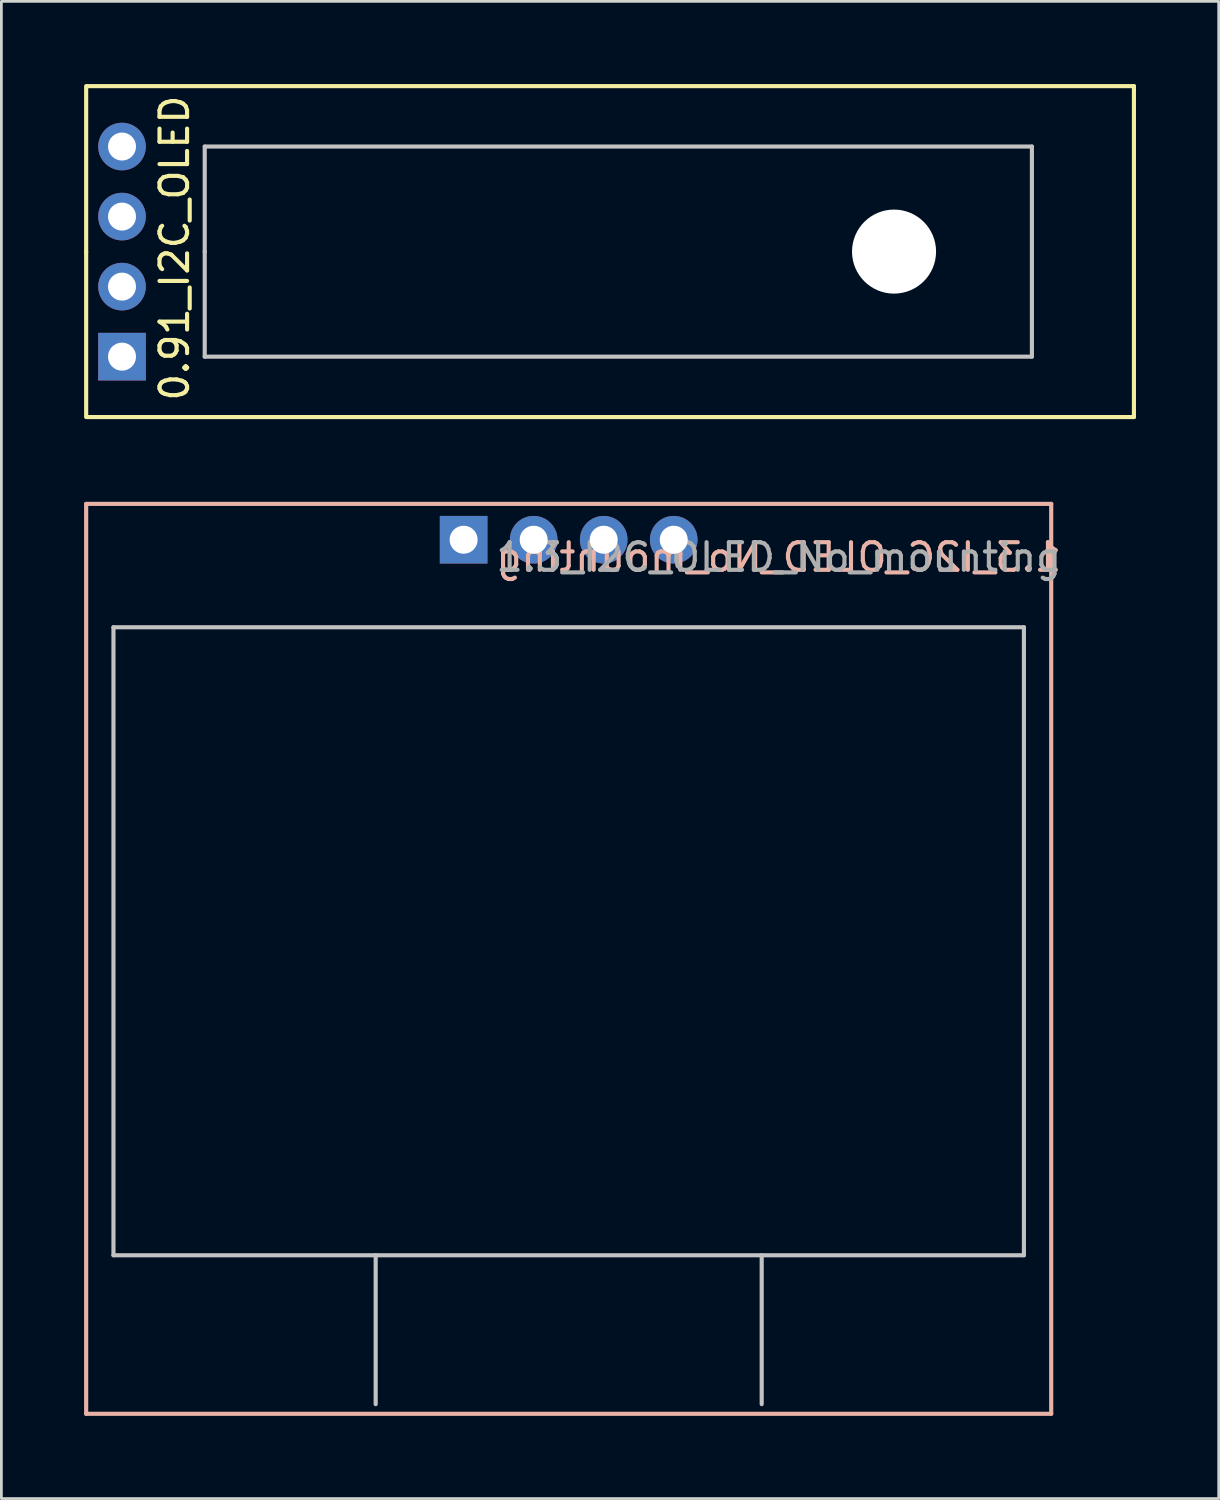
<source format=kicad_pcb>
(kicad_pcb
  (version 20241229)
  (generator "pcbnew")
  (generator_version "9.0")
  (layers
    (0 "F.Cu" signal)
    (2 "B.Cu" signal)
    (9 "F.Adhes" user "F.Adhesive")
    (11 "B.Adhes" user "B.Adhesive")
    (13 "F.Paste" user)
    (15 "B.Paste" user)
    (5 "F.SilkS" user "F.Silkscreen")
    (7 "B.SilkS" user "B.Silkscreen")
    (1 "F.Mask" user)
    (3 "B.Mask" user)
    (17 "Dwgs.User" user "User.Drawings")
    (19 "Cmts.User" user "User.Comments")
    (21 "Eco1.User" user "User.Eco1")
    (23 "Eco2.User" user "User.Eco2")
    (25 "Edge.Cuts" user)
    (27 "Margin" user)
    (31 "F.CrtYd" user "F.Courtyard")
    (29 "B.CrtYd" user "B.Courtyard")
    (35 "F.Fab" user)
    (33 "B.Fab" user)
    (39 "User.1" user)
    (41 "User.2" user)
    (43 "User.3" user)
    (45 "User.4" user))
  (footprint "0.91_I2C_OLED"
    (layer "F.Cu")
    (at 1.375 6.075)
    (property "Reference" "0.91_I2C_OLED" (at 1.905 -0.127 90) (layer "F.SilkS") (effects (font (size 1 1) (thickness 0.15))))
    (attr through_hole)
    (fp_line (start -1.3 0) (end -1.3 -6) (stroke (width 0.15) (type solid)) (layer "F.SilkS"))
    (fp_line (start -1.3 0) (end -1.3 6) (stroke (width 0.15) (type solid)) (layer "F.SilkS"))
    (fp_line (start -1.27 6) (end 36.7 6) (stroke (width 0.15) (type solid)) (layer "F.SilkS"))
    (fp_line (start 36.7 -6) (end -1.27 -6) (stroke (width 0.15) (type solid)) (layer "F.SilkS"))
    (fp_line (start 36.7 6) (end 36.7 -6) (stroke (width 0.15) (type solid)) (layer "F.SilkS"))
    (fp_line (start 3 0) (end 3 -3.81) (stroke (width 0.15) (type solid)) (layer "Dwgs.User"))
    (fp_line (start 3 0) (end 3 3.81) (stroke (width 0.15) (type solid)) (layer "Dwgs.User"))
    (fp_line (start 3 3.81) (end 33 3.81) (stroke (width 0.15) (type solid)) (layer "Dwgs.User"))
    (fp_line (start 33 -3.81) (end 3 -3.81) (stroke (width 0.15) (type solid)) (layer "Dwgs.User"))
    (fp_line (start 33 3.81) (end 33 -3.81) (stroke (width 0.15) (type solid)) (layer "Dwgs.User"))
    (pad "" np_thru_hole circle (at 28 0) (size 3.048 3.048) (drill 3.048) (layers "*.Cu" "*.Mask"))
    (pad "1" thru_hole rect (at 0 3.81) (size 1.727 1.727) (drill 1.016) (layers "*.Cu" "*.Mask"))
    (pad "2" thru_hole circle (at 0 1.27) (size 1.727 1.727) (drill 1.016) (layers "*.Cu" "*.Mask"))
    (pad "3" thru_hole circle (at 0 -1.27) (size 1.727 1.727) (drill 1.016) (layers "*.Cu" "*.Mask"))
    (pad "4" thru_hole circle (at 0 -3.81) (size 1.727 1.727) (drill 1.016) (layers "*.Cu" "*.Mask")))
  (footprint "1.3_I2C_OLED_No_mounting"
    (layer "F.Cu")
    (at 17.575 16.525)
    (property "Reference" "1.3_I2C_OLED_No_mounting" (at 7.62 0.635 0) (layer "B.SilkS") (effects (font (size 1 1) (thickness 0.15)) (justify mirror)))
    (attr through_hole)
    (fp_line (start -17.5 -1.3) (end -17.5 31.7) (stroke (width 0.15) (type solid)) (layer "B.SilkS"))
    (fp_line (start -17.5 -1.3) (end 17.5 -1.3) (stroke (width 0.15) (type solid)) (layer "B.SilkS"))
    (fp_line (start -17.5 31.7) (end 17.5 31.7) (stroke (width 0.15) (type solid)) (layer "B.SilkS"))
    (fp_line (start 17.5 31.7) (end 17.5 -1.3) (stroke (width 0.15) (type solid)) (layer "B.SilkS"))
    (fp_line (start -16.51 3.175) (end -16.51 25.95) (stroke (width 0.15) (type solid)) (layer "Dwgs.User"))
    (fp_line (start -16.51 25.95) (end 16.51 25.95) (stroke (width 0.15) (type solid)) (layer "Dwgs.User"))
    (fp_line (start -7 25.95) (end -7 31.35) (stroke (width 0.15) (type solid)) (layer "Dwgs.User"))
    (fp_line (start 7 25.95) (end 7 31.35) (stroke (width 0.15) (type solid)) (layer "Dwgs.User"))
    (fp_line (start 16.51 3.175) (end -16.51 3.175) (stroke (width 0.15) (type solid)) (layer "Dwgs.User"))
    (fp_line (start 16.51 25.95) (end 16.51 3.175) (stroke (width 0.15) (type solid)) (layer "Dwgs.User"))
    (fp_text user "${REFERENCE}" (at 7.62 0.635 180) (layer "F.Fab") (effects (font (size 1 1) (thickness 0.15))))
    (pad "1" thru_hole rect (at -3.81 0) (size 1.727 1.727) (drill 1.016) (layers "*.Cu" "*.Mask"))
    (pad "2" thru_hole circle (at -1.27 0) (size 1.727 1.727) (drill 1.016) (layers "*.Cu" "*.Mask"))
    (pad "3" thru_hole circle (at 1.27 0) (size 1.727 1.727) (drill 1.016) (layers "*.Cu" "*.Mask"))
    (pad "4" thru_hole circle (at 3.81 0) (size 1.727 1.727) (drill 1.016) (layers "*.Cu" "*.Mask")))
  (gr_rect
    (start -3 -3)
    (end 41.15 51.3)
    (stroke (width 0.1) (type default))
    (fill no)
    (layer "Edge.Cuts")))
</source>
